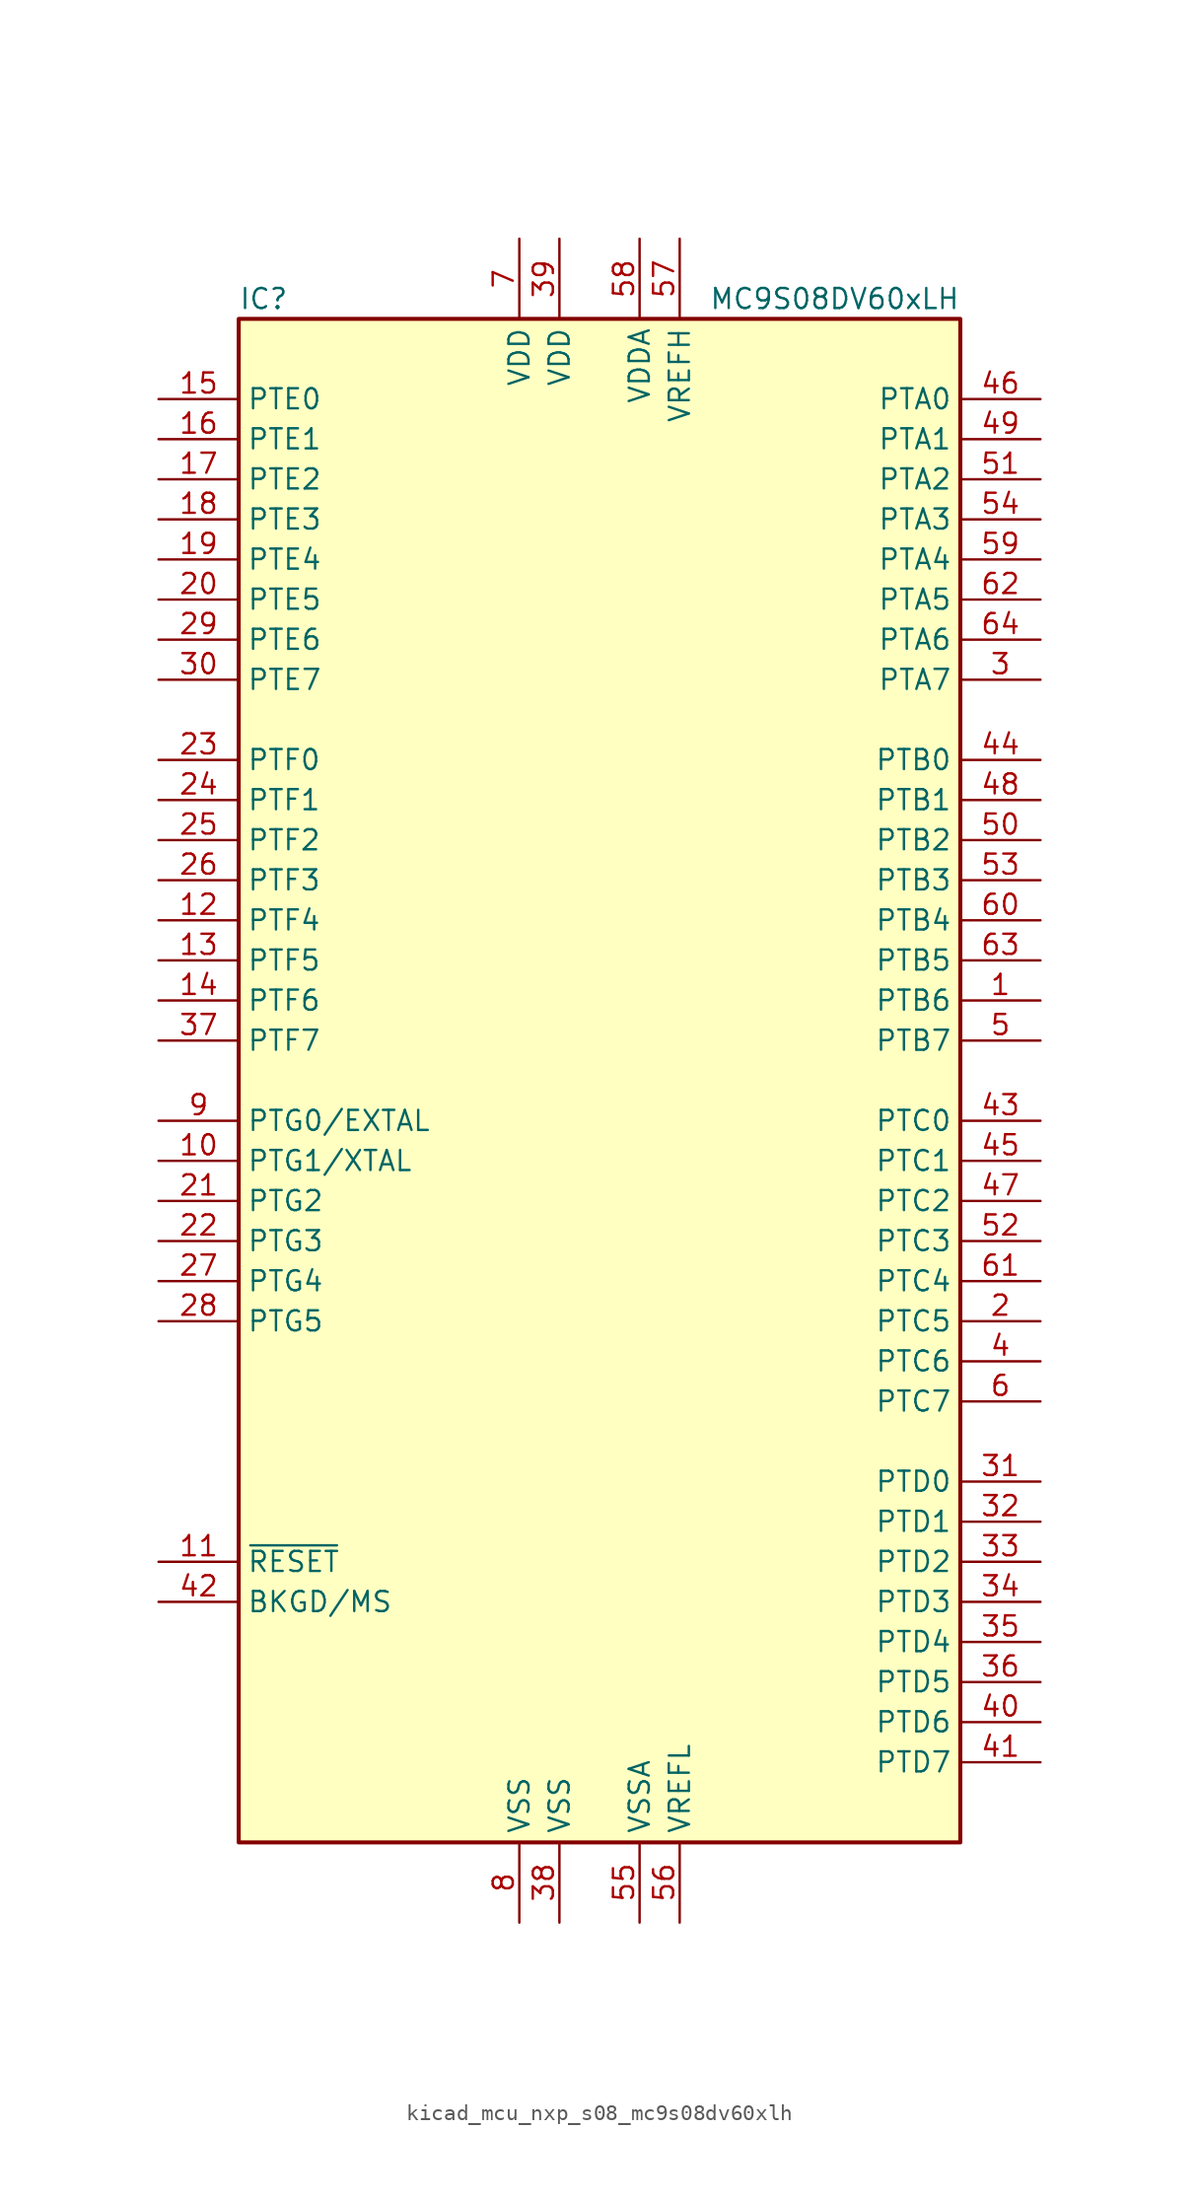
<source format=kicad_sym>
(kicad_symbol_lib
  (version 20220914)
  (generator kicad_symbol_editor)
  (symbol "kicad_mcu_nxp_s08_mc9s08dv60xlh"
    (property "Reference" "IC"
      (at -22.86 49.53 0)
      (effects (font (size 1.27 1.27)) (justify left)))
    (property "Value" "MC9S08DV60xLH"
      (at 22.86 49.53 0)
      (effects (font (size 1.27 1.27)) (justify right)))
    (symbol "kicad_mcu_nxp_s08_mc9s08dv60xlh_0_1"
      (rectangle (start -22.86 48.26) (end 22.86 -48.26) (stroke (width 0.254) (type default)) (fill (type background))))
    (symbol "kicad_mcu_nxp_s08_mc9s08dv60xlh_1_1"
      (pin bidirectional line (at 27.94 5.08 180) (length 5.08) (name "PTB6" (effects (font (size 1.27 1.27)))) (number "1" (effects (font (size 1.27 1.27)))))
      (pin bidirectional line (at -27.94 -5.08 0) (length 5.08) (name "PTG1/XTAL" (effects (font (size 1.27 1.27)))) (number "10" (effects (font (size 1.27 1.27)))))
      (pin input line (at -27.94 -30.48 0) (length 5.08) (name "~{RESET}" (effects (font (size 1.27 1.27)))) (number "11" (effects (font (size 1.27 1.27)))))
      (pin bidirectional line (at -27.94 10.16 0) (length 5.08) (name "PTF4" (effects (font (size 1.27 1.27)))) (number "12" (effects (font (size 1.27 1.27)))))
      (pin bidirectional line (at -27.94 7.62 0) (length 5.08) (name "PTF5" (effects (font (size 1.27 1.27)))) (number "13" (effects (font (size 1.27 1.27)))))
      (pin bidirectional line (at -27.94 5.08 0) (length 5.08) (name "PTF6" (effects (font (size 1.27 1.27)))) (number "14" (effects (font (size 1.27 1.27)))))
      (pin bidirectional line (at -27.94 43.18 0) (length 5.08) (name "PTE0" (effects (font (size 1.27 1.27)))) (number "15" (effects (font (size 1.27 1.27)))))
      (pin bidirectional line (at -27.94 40.64 0) (length 5.08) (name "PTE1" (effects (font (size 1.27 1.27)))) (number "16" (effects (font (size 1.27 1.27)))))
      (pin bidirectional line (at -27.94 38.1 0) (length 5.08) (name "PTE2" (effects (font (size 1.27 1.27)))) (number "17" (effects (font (size 1.27 1.27)))))
      (pin bidirectional line (at -27.94 35.56 0) (length 5.08) (name "PTE3" (effects (font (size 1.27 1.27)))) (number "18" (effects (font (size 1.27 1.27)))))
      (pin bidirectional line (at -27.94 33.02 0) (length 5.08) (name "PTE4" (effects (font (size 1.27 1.27)))) (number "19" (effects (font (size 1.27 1.27)))))
      (pin bidirectional line (at 27.94 -15.24 180) (length 5.08) (name "PTC5" (effects (font (size 1.27 1.27)))) (number "2" (effects (font (size 1.27 1.27)))))
      (pin bidirectional line (at -27.94 30.48 0) (length 5.08) (name "PTE5" (effects (font (size 1.27 1.27)))) (number "20" (effects (font (size 1.27 1.27)))))
      (pin bidirectional line (at -27.94 -7.62 0) (length 5.08) (name "PTG2" (effects (font (size 1.27 1.27)))) (number "21" (effects (font (size 1.27 1.27)))))
      (pin bidirectional line (at -27.94 -10.16 0) (length 5.08) (name "PTG3" (effects (font (size 1.27 1.27)))) (number "22" (effects (font (size 1.27 1.27)))))
      (pin bidirectional line (at -27.94 20.32 0) (length 5.08) (name "PTF0" (effects (font (size 1.27 1.27)))) (number "23" (effects (font (size 1.27 1.27)))))
      (pin bidirectional line (at -27.94 17.78 0) (length 5.08) (name "PTF1" (effects (font (size 1.27 1.27)))) (number "24" (effects (font (size 1.27 1.27)))))
      (pin bidirectional line (at -27.94 15.24 0) (length 5.08) (name "PTF2" (effects (font (size 1.27 1.27)))) (number "25" (effects (font (size 1.27 1.27)))))
      (pin bidirectional line (at -27.94 12.7 0) (length 5.08) (name "PTF3" (effects (font (size 1.27 1.27)))) (number "26" (effects (font (size 1.27 1.27)))))
      (pin bidirectional line (at -27.94 -12.7 0) (length 5.08) (name "PTG4" (effects (font (size 1.27 1.27)))) (number "27" (effects (font (size 1.27 1.27)))))
      (pin bidirectional line (at -27.94 -15.24 0) (length 5.08) (name "PTG5" (effects (font (size 1.27 1.27)))) (number "28" (effects (font (size 1.27 1.27)))))
      (pin bidirectional line (at -27.94 27.94 0) (length 5.08) (name "PTE6" (effects (font (size 1.27 1.27)))) (number "29" (effects (font (size 1.27 1.27)))))
      (pin bidirectional line (at 27.94 25.4 180) (length 5.08) (name "PTA7" (effects (font (size 1.27 1.27)))) (number "3" (effects (font (size 1.27 1.27)))))
      (pin bidirectional line (at -27.94 25.4 0) (length 5.08) (name "PTE7" (effects (font (size 1.27 1.27)))) (number "30" (effects (font (size 1.27 1.27)))))
      (pin bidirectional line (at 27.94 -25.4 180) (length 5.08) (name "PTD0" (effects (font (size 1.27 1.27)))) (number "31" (effects (font (size 1.27 1.27)))))
      (pin bidirectional line (at 27.94 -27.94 180) (length 5.08) (name "PTD1" (effects (font (size 1.27 1.27)))) (number "32" (effects (font (size 1.27 1.27)))))
      (pin bidirectional line (at 27.94 -30.48 180) (length 5.08) (name "PTD2" (effects (font (size 1.27 1.27)))) (number "33" (effects (font (size 1.27 1.27)))))
      (pin bidirectional line (at 27.94 -33.02 180) (length 5.08) (name "PTD3" (effects (font (size 1.27 1.27)))) (number "34" (effects (font (size 1.27 1.27)))))
      (pin bidirectional line (at 27.94 -35.56 180) (length 5.08) (name "PTD4" (effects (font (size 1.27 1.27)))) (number "35" (effects (font (size 1.27 1.27)))))
      (pin bidirectional line (at 27.94 -38.1 180) (length 5.08) (name "PTD5" (effects (font (size 1.27 1.27)))) (number "36" (effects (font (size 1.27 1.27)))))
      (pin bidirectional line (at -27.94 2.54 0) (length 5.08) (name "PTF7" (effects (font (size 1.27 1.27)))) (number "37" (effects (font (size 1.27 1.27)))))
      (pin power_in line (at -2.54 -53.34 90) (length 5.08) (name "VSS" (effects (font (size 1.27 1.27)))) (number "38" (effects (font (size 1.27 1.27)))))
      (pin power_in line (at -2.54 53.34 270) (length 5.08) (name "VDD" (effects (font (size 1.27 1.27)))) (number "39" (effects (font (size 1.27 1.27)))))
      (pin bidirectional line (at 27.94 -17.78 180) (length 5.08) (name "PTC6" (effects (font (size 1.27 1.27)))) (number "4" (effects (font (size 1.27 1.27)))))
      (pin bidirectional line (at 27.94 -40.64 180) (length 5.08) (name "PTD6" (effects (font (size 1.27 1.27)))) (number "40" (effects (font (size 1.27 1.27)))))
      (pin bidirectional line (at 27.94 -43.18 180) (length 5.08) (name "PTD7" (effects (font (size 1.27 1.27)))) (number "41" (effects (font (size 1.27 1.27)))))
      (pin bidirectional line (at -27.94 -33.02 0) (length 5.08) (name "BKGD/MS" (effects (font (size 1.27 1.27)))) (number "42" (effects (font (size 1.27 1.27)))))
      (pin bidirectional line (at 27.94 -2.54 180) (length 5.08) (name "PTC0" (effects (font (size 1.27 1.27)))) (number "43" (effects (font (size 1.27 1.27)))))
      (pin bidirectional line (at 27.94 20.32 180) (length 5.08) (name "PTB0" (effects (font (size 1.27 1.27)))) (number "44" (effects (font (size 1.27 1.27)))))
      (pin bidirectional line (at 27.94 -5.08 180) (length 5.08) (name "PTC1" (effects (font (size 1.27 1.27)))) (number "45" (effects (font (size 1.27 1.27)))))
      (pin bidirectional line (at 27.94 43.18 180) (length 5.08) (name "PTA0" (effects (font (size 1.27 1.27)))) (number "46" (effects (font (size 1.27 1.27)))))
      (pin bidirectional line (at 27.94 -7.62 180) (length 5.08) (name "PTC2" (effects (font (size 1.27 1.27)))) (number "47" (effects (font (size 1.27 1.27)))))
      (pin bidirectional line (at 27.94 17.78 180) (length 5.08) (name "PTB1" (effects (font (size 1.27 1.27)))) (number "48" (effects (font (size 1.27 1.27)))))
      (pin bidirectional line (at 27.94 40.64 180) (length 5.08) (name "PTA1" (effects (font (size 1.27 1.27)))) (number "49" (effects (font (size 1.27 1.27)))))
      (pin bidirectional line (at 27.94 2.54 180) (length 5.08) (name "PTB7" (effects (font (size 1.27 1.27)))) (number "5" (effects (font (size 1.27 1.27)))))
      (pin bidirectional line (at 27.94 15.24 180) (length 5.08) (name "PTB2" (effects (font (size 1.27 1.27)))) (number "50" (effects (font (size 1.27 1.27)))))
      (pin bidirectional line (at 27.94 38.1 180) (length 5.08) (name "PTA2" (effects (font (size 1.27 1.27)))) (number "51" (effects (font (size 1.27 1.27)))))
      (pin bidirectional line (at 27.94 -10.16 180) (length 5.08) (name "PTC3" (effects (font (size 1.27 1.27)))) (number "52" (effects (font (size 1.27 1.27)))))
      (pin bidirectional line (at 27.94 12.7 180) (length 5.08) (name "PTB3" (effects (font (size 1.27 1.27)))) (number "53" (effects (font (size 1.27 1.27)))))
      (pin bidirectional line (at 27.94 35.56 180) (length 5.08) (name "PTA3" (effects (font (size 1.27 1.27)))) (number "54" (effects (font (size 1.27 1.27)))))
      (pin power_in line (at 2.54 -53.34 90) (length 5.08) (name "VSSA" (effects (font (size 1.27 1.27)))) (number "55" (effects (font (size 1.27 1.27)))))
      (pin power_in line (at 5.08 -53.34 90) (length 5.08) (name "VREFL" (effects (font (size 1.27 1.27)))) (number "56" (effects (font (size 1.27 1.27)))))
      (pin power_in line (at 5.08 53.34 270) (length 5.08) (name "VREFH" (effects (font (size 1.27 1.27)))) (number "57" (effects (font (size 1.27 1.27)))))
      (pin power_in line (at 2.54 53.34 270) (length 5.08) (name "VDDA" (effects (font (size 1.27 1.27)))) (number "58" (effects (font (size 1.27 1.27)))))
      (pin bidirectional line (at 27.94 33.02 180) (length 5.08) (name "PTA4" (effects (font (size 1.27 1.27)))) (number "59" (effects (font (size 1.27 1.27)))))
      (pin bidirectional line (at 27.94 -20.32 180) (length 5.08) (name "PTC7" (effects (font (size 1.27 1.27)))) (number "6" (effects (font (size 1.27 1.27)))))
      (pin bidirectional line (at 27.94 10.16 180) (length 5.08) (name "PTB4" (effects (font (size 1.27 1.27)))) (number "60" (effects (font (size 1.27 1.27)))))
      (pin bidirectional line (at 27.94 -12.7 180) (length 5.08) (name "PTC4" (effects (font (size 1.27 1.27)))) (number "61" (effects (font (size 1.27 1.27)))))
      (pin bidirectional line (at 27.94 30.48 180) (length 5.08) (name "PTA5" (effects (font (size 1.27 1.27)))) (number "62" (effects (font (size 1.27 1.27)))))
      (pin bidirectional line (at 27.94 7.62 180) (length 5.08) (name "PTB5" (effects (font (size 1.27 1.27)))) (number "63" (effects (font (size 1.27 1.27)))))
      (pin bidirectional line (at 27.94 27.94 180) (length 5.08) (name "PTA6" (effects (font (size 1.27 1.27)))) (number "64" (effects (font (size 1.27 1.27)))))
      (pin power_in line (at -5.08 53.34 270) (length 5.08) (name "VDD" (effects (font (size 1.27 1.27)))) (number "7" (effects (font (size 1.27 1.27)))))
      (pin power_in line (at -5.08 -53.34 90) (length 5.08) (name "VSS" (effects (font (size 1.27 1.27)))) (number "8" (effects (font (size 1.27 1.27)))))
      (pin bidirectional line (at -27.94 -2.54 0) (length 5.08) (name "PTG0/EXTAL" (effects (font (size 1.27 1.27)))) (number "9" (effects (font (size 1.27 1.27))))))))
</source>
